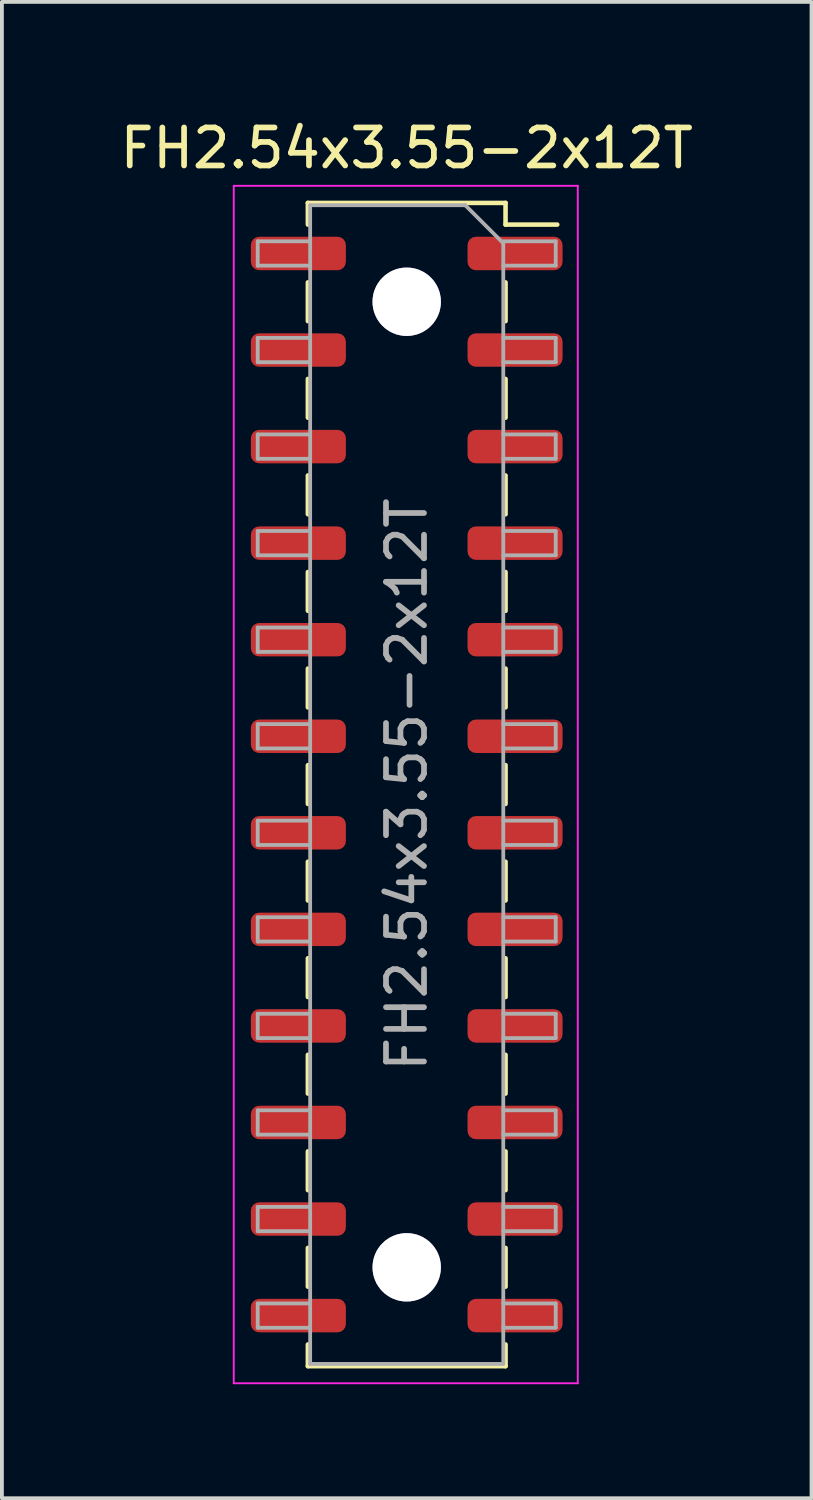
<source format=kicad_pcb>
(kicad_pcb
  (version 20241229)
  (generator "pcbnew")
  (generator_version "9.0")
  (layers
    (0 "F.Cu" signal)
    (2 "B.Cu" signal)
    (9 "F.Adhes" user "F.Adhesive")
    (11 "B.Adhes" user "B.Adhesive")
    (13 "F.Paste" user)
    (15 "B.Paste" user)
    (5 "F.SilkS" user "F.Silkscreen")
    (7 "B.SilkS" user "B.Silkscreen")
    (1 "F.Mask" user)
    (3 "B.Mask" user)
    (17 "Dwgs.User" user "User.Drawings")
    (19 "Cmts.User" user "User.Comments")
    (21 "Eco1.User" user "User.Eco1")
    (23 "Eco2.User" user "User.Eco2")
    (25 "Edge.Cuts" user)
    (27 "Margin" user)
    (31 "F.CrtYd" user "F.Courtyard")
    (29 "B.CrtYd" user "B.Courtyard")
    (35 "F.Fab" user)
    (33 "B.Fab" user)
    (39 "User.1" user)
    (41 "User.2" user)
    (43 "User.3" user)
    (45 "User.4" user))
  (footprint "FH2.54x3.55-2x12T"
    (layer "F.Cu")
    (at 7.649 17.588)
    (property "Reference" "FH2.54x3.55-2x12T" (at 0 -16.74 0) (layer "F.SilkS") (effects (font (size 1 1) (thickness 0.15))))
    (attr smd)
    (fp_line (start -2.6 -15.3) (end -2.6 -14.73) (stroke (width 0.12) (type solid)) (layer "F.SilkS"))
    (fp_line (start -2.6 -15.3) (end 2.6 -15.3) (stroke (width 0.12) (type solid)) (layer "F.SilkS"))
    (fp_line (start -2.6 -13.21) (end -2.6 -12.19) (stroke (width 0.12) (type solid)) (layer "F.SilkS"))
    (fp_line (start -2.6 -10.67) (end -2.6 -9.65) (stroke (width 0.12) (type solid)) (layer "F.SilkS"))
    (fp_line (start -2.6 -8.13) (end -2.6 -7.11) (stroke (width 0.12) (type solid)) (layer "F.SilkS"))
    (fp_line (start -2.6 -5.59) (end -2.6 -4.57) (stroke (width 0.12) (type solid)) (layer "F.SilkS"))
    (fp_line (start -2.6 -3.05) (end -2.6 -2.03) (stroke (width 0.12) (type solid)) (layer "F.SilkS"))
    (fp_line (start -2.6 -0.51) (end -2.6 0.51) (stroke (width 0.12) (type solid)) (layer "F.SilkS"))
    (fp_line (start -2.6 2.03) (end -2.6 3.05) (stroke (width 0.12) (type solid)) (layer "F.SilkS"))
    (fp_line (start -2.6 4.57) (end -2.6 5.59) (stroke (width 0.12) (type solid)) (layer "F.SilkS"))
    (fp_line (start -2.6 7.11) (end -2.6 8.13) (stroke (width 0.12) (type solid)) (layer "F.SilkS"))
    (fp_line (start -2.6 9.65) (end -2.6 10.67) (stroke (width 0.12) (type solid)) (layer "F.SilkS"))
    (fp_line (start -2.6 12.19) (end -2.6 13.21) (stroke (width 0.12) (type solid)) (layer "F.SilkS"))
    (fp_line (start -2.6 14.73) (end -2.6 15.3) (stroke (width 0.12) (type solid)) (layer "F.SilkS"))
    (fp_line (start -2.6 15.3) (end 2.6 15.3) (stroke (width 0.12) (type solid)) (layer "F.SilkS"))
    (fp_line (start 2.6 -15.3) (end 2.6 -14.73) (stroke (width 0.12) (type solid)) (layer "F.SilkS"))
    (fp_line (start 2.6 -14.73) (end 3.96 -14.73) (stroke (width 0.12) (type solid)) (layer "F.SilkS"))
    (fp_line (start 2.6 -13.21) (end 2.6 -12.19) (stroke (width 0.12) (type solid)) (layer "F.SilkS"))
    (fp_line (start 2.6 -10.67) (end 2.6 -9.65) (stroke (width 0.12) (type solid)) (layer "F.SilkS"))
    (fp_line (start 2.6 -8.13) (end 2.6 -7.11) (stroke (width 0.12) (type solid)) (layer "F.SilkS"))
    (fp_line (start 2.6 -5.59) (end 2.6 -4.57) (stroke (width 0.12) (type solid)) (layer "F.SilkS"))
    (fp_line (start 2.6 -3.05) (end 2.6 -2.03) (stroke (width 0.12) (type solid)) (layer "F.SilkS"))
    (fp_line (start 2.6 -0.51) (end 2.6 0.51) (stroke (width 0.12) (type solid)) (layer "F.SilkS"))
    (fp_line (start 2.6 2.03) (end 2.6 3.05) (stroke (width 0.12) (type solid)) (layer "F.SilkS"))
    (fp_line (start 2.6 4.57) (end 2.6 5.59) (stroke (width 0.12) (type solid)) (layer "F.SilkS"))
    (fp_line (start 2.6 7.11) (end 2.6 8.13) (stroke (width 0.12) (type solid)) (layer "F.SilkS"))
    (fp_line (start 2.6 9.65) (end 2.6 10.67) (stroke (width 0.12) (type solid)) (layer "F.SilkS"))
    (fp_line (start 2.6 12.19) (end 2.6 13.21) (stroke (width 0.12) (type solid)) (layer "F.SilkS"))
    (fp_line (start 2.6 14.73) (end 2.6 15.3) (stroke (width 0.12) (type solid)) (layer "F.SilkS"))
    (fp_line (start -4.55 -15.75) (end 4.5 -15.75) (stroke (width 0.05) (type solid)) (layer "F.CrtYd"))
    (fp_line (start -4.55 15.75) (end -4.55 -15.75) (stroke (width 0.05) (type solid)) (layer "F.CrtYd"))
    (fp_line (start 4.5 -15.75) (end 4.5 15.75) (stroke (width 0.05) (type solid)) (layer "F.CrtYd"))
    (fp_line (start 4.5 15.75) (end -4.55 15.75) (stroke (width 0.05) (type solid)) (layer "F.CrtYd"))
    (fp_line (start -3.92 -14.29) (end -2.54 -14.29) (stroke (width 0.1) (type solid)) (layer "F.Fab"))
    (fp_line (start -3.92 -13.65) (end -3.92 -14.29) (stroke (width 0.1) (type solid)) (layer "F.Fab"))
    (fp_line (start -3.92 -11.75) (end -2.54 -11.75) (stroke (width 0.1) (type solid)) (layer "F.Fab"))
    (fp_line (start -3.92 -11.11) (end -3.92 -11.75) (stroke (width 0.1) (type solid)) (layer "F.Fab"))
    (fp_line (start -3.92 -9.21) (end -2.54 -9.21) (stroke (width 0.1) (type solid)) (layer "F.Fab"))
    (fp_line (start -3.92 -8.57) (end -3.92 -9.21) (stroke (width 0.1) (type solid)) (layer "F.Fab"))
    (fp_line (start -3.92 -6.67) (end -2.54 -6.67) (stroke (width 0.1) (type solid)) (layer "F.Fab"))
    (fp_line (start -3.92 -6.03) (end -3.92 -6.67) (stroke (width 0.1) (type solid)) (layer "F.Fab"))
    (fp_line (start -3.92 -4.13) (end -2.54 -4.13) (stroke (width 0.1) (type solid)) (layer "F.Fab"))
    (fp_line (start -3.92 -3.49) (end -3.92 -4.13) (stroke (width 0.1) (type solid)) (layer "F.Fab"))
    (fp_line (start -3.92 -1.59) (end -2.54 -1.59) (stroke (width 0.1) (type solid)) (layer "F.Fab"))
    (fp_line (start -3.92 -0.95) (end -3.92 -1.59) (stroke (width 0.1) (type solid)) (layer "F.Fab"))
    (fp_line (start -3.92 0.95) (end -2.54 0.95) (stroke (width 0.1) (type solid)) (layer "F.Fab"))
    (fp_line (start -3.92 1.59) (end -3.92 0.95) (stroke (width 0.1) (type solid)) (layer "F.Fab"))
    (fp_line (start -3.92 3.49) (end -2.54 3.49) (stroke (width 0.1) (type solid)) (layer "F.Fab"))
    (fp_line (start -3.92 4.13) (end -3.92 3.49) (stroke (width 0.1) (type solid)) (layer "F.Fab"))
    (fp_line (start -3.92 6.03) (end -2.54 6.03) (stroke (width 0.1) (type solid)) (layer "F.Fab"))
    (fp_line (start -3.92 6.67) (end -3.92 6.03) (stroke (width 0.1) (type solid)) (layer "F.Fab"))
    (fp_line (start -3.92 8.57) (end -2.54 8.57) (stroke (width 0.1) (type solid)) (layer "F.Fab"))
    (fp_line (start -3.92 9.21) (end -3.92 8.57) (stroke (width 0.1) (type solid)) (layer "F.Fab"))
    (fp_line (start -3.92 11.11) (end -2.54 11.11) (stroke (width 0.1) (type solid)) (layer "F.Fab"))
    (fp_line (start -3.92 11.75) (end -3.92 11.11) (stroke (width 0.1) (type solid)) (layer "F.Fab"))
    (fp_line (start -3.92 13.65) (end -2.54 13.65) (stroke (width 0.1) (type solid)) (layer "F.Fab"))
    (fp_line (start -3.92 14.29) (end -3.92 13.65) (stroke (width 0.1) (type solid)) (layer "F.Fab"))
    (fp_line (start -2.54 -15.24) (end 1.54 -15.24) (stroke (width 0.1) (type solid)) (layer "F.Fab"))
    (fp_line (start -2.54 -13.65) (end -3.92 -13.65) (stroke (width 0.1) (type solid)) (layer "F.Fab"))
    (fp_line (start -2.54 -11.11) (end -3.92 -11.11) (stroke (width 0.1) (type solid)) (layer "F.Fab"))
    (fp_line (start -2.54 -8.57) (end -3.92 -8.57) (stroke (width 0.1) (type solid)) (layer "F.Fab"))
    (fp_line (start -2.54 -6.03) (end -3.92 -6.03) (stroke (width 0.1) (type solid)) (layer "F.Fab"))
    (fp_line (start -2.54 -3.49) (end -3.92 -3.49) (stroke (width 0.1) (type solid)) (layer "F.Fab"))
    (fp_line (start -2.54 -0.95) (end -3.92 -0.95) (stroke (width 0.1) (type solid)) (layer "F.Fab"))
    (fp_line (start -2.54 1.59) (end -3.92 1.59) (stroke (width 0.1) (type solid)) (layer "F.Fab"))
    (fp_line (start -2.54 4.13) (end -3.92 4.13) (stroke (width 0.1) (type solid)) (layer "F.Fab"))
    (fp_line (start -2.54 6.67) (end -3.92 6.67) (stroke (width 0.1) (type solid)) (layer "F.Fab"))
    (fp_line (start -2.54 9.21) (end -3.92 9.21) (stroke (width 0.1) (type solid)) (layer "F.Fab"))
    (fp_line (start -2.54 11.75) (end -3.92 11.75) (stroke (width 0.1) (type solid)) (layer "F.Fab"))
    (fp_line (start -2.54 14.29) (end -3.92 14.29) (stroke (width 0.1) (type solid)) (layer "F.Fab"))
    (fp_line (start -2.54 15.24) (end -2.54 -15.24) (stroke (width 0.1) (type solid)) (layer "F.Fab"))
    (fp_line (start 1.54 -15.24) (end 2.54 -14.24) (stroke (width 0.1) (type solid)) (layer "F.Fab"))
    (fp_line (start 2.54 -14.29) (end 3.92 -14.29) (stroke (width 0.1) (type solid)) (layer "F.Fab"))
    (fp_line (start 2.54 -14.24) (end 2.54 15.24) (stroke (width 0.1) (type solid)) (layer "F.Fab"))
    (fp_line (start 2.54 -11.75) (end 3.92 -11.75) (stroke (width 0.1) (type solid)) (layer "F.Fab"))
    (fp_line (start 2.54 -9.21) (end 3.92 -9.21) (stroke (width 0.1) (type solid)) (layer "F.Fab"))
    (fp_line (start 2.54 -6.67) (end 3.92 -6.67) (stroke (width 0.1) (type solid)) (layer "F.Fab"))
    (fp_line (start 2.54 -4.13) (end 3.92 -4.13) (stroke (width 0.1) (type solid)) (layer "F.Fab"))
    (fp_line (start 2.54 -1.59) (end 3.92 -1.59) (stroke (width 0.1) (type solid)) (layer "F.Fab"))
    (fp_line (start 2.54 0.95) (end 3.92 0.95) (stroke (width 0.1) (type solid)) (layer "F.Fab"))
    (fp_line (start 2.54 3.49) (end 3.92 3.49) (stroke (width 0.1) (type solid)) (layer "F.Fab"))
    (fp_line (start 2.54 6.03) (end 3.92 6.03) (stroke (width 0.1) (type solid)) (layer "F.Fab"))
    (fp_line (start 2.54 8.57) (end 3.92 8.57) (stroke (width 0.1) (type solid)) (layer "F.Fab"))
    (fp_line (start 2.54 11.11) (end 3.92 11.11) (stroke (width 0.1) (type solid)) (layer "F.Fab"))
    (fp_line (start 2.54 13.65) (end 3.92 13.65) (stroke (width 0.1) (type solid)) (layer "F.Fab"))
    (fp_line (start 2.54 15.24) (end -2.54 15.24) (stroke (width 0.1) (type solid)) (layer "F.Fab"))
    (fp_line (start 3.92 -14.29) (end 3.92 -13.65) (stroke (width 0.1) (type solid)) (layer "F.Fab"))
    (fp_line (start 3.92 -13.65) (end 2.54 -13.65) (stroke (width 0.1) (type solid)) (layer "F.Fab"))
    (fp_line (start 3.92 -11.75) (end 3.92 -11.11) (stroke (width 0.1) (type solid)) (layer "F.Fab"))
    (fp_line (start 3.92 -11.11) (end 2.54 -11.11) (stroke (width 0.1) (type solid)) (layer "F.Fab"))
    (fp_line (start 3.92 -9.21) (end 3.92 -8.57) (stroke (width 0.1) (type solid)) (layer "F.Fab"))
    (fp_line (start 3.92 -8.57) (end 2.54 -8.57) (stroke (width 0.1) (type solid)) (layer "F.Fab"))
    (fp_line (start 3.92 -6.67) (end 3.92 -6.03) (stroke (width 0.1) (type solid)) (layer "F.Fab"))
    (fp_line (start 3.92 -6.03) (end 2.54 -6.03) (stroke (width 0.1) (type solid)) (layer "F.Fab"))
    (fp_line (start 3.92 -4.13) (end 3.92 -3.49) (stroke (width 0.1) (type solid)) (layer "F.Fab"))
    (fp_line (start 3.92 -3.49) (end 2.54 -3.49) (stroke (width 0.1) (type solid)) (layer "F.Fab"))
    (fp_line (start 3.92 -1.59) (end 3.92 -0.95) (stroke (width 0.1) (type solid)) (layer "F.Fab"))
    (fp_line (start 3.92 -0.95) (end 2.54 -0.95) (stroke (width 0.1) (type solid)) (layer "F.Fab"))
    (fp_line (start 3.92 0.95) (end 3.92 1.59) (stroke (width 0.1) (type solid)) (layer "F.Fab"))
    (fp_line (start 3.92 1.59) (end 2.54 1.59) (stroke (width 0.1) (type solid)) (layer "F.Fab"))
    (fp_line (start 3.92 3.49) (end 3.92 4.13) (stroke (width 0.1) (type solid)) (layer "F.Fab"))
    (fp_line (start 3.92 4.13) (end 2.54 4.13) (stroke (width 0.1) (type solid)) (layer "F.Fab"))
    (fp_line (start 3.92 6.03) (end 3.92 6.67) (stroke (width 0.1) (type solid)) (layer "F.Fab"))
    (fp_line (start 3.92 6.67) (end 2.54 6.67) (stroke (width 0.1) (type solid)) (layer "F.Fab"))
    (fp_line (start 3.92 8.57) (end 3.92 9.21) (stroke (width 0.1) (type solid)) (layer "F.Fab"))
    (fp_line (start 3.92 9.21) (end 2.54 9.21) (stroke (width 0.1) (type solid)) (layer "F.Fab"))
    (fp_line (start 3.92 11.11) (end 3.92 11.75) (stroke (width 0.1) (type solid)) (layer "F.Fab"))
    (fp_line (start 3.92 11.75) (end 2.54 11.75) (stroke (width 0.1) (type solid)) (layer "F.Fab"))
    (fp_line (start 3.92 13.65) (end 3.92 14.29) (stroke (width 0.1) (type solid)) (layer "F.Fab"))
    (fp_line (start 3.92 14.29) (end 2.54 14.29) (stroke (width 0.1) (type solid)) (layer "F.Fab"))
    (fp_text user "${REFERENCE}" (at 0 0 90) (layer "F.Fab") (effects (font (size 1 1) (thickness 0.15))))
    (pad "" np_thru_hole custom (at 0 -12.7) (size 1.8 1.8) (drill 1.8) (layers "*.Cu" "*.Mask") (options (anchor circle)) (primitives))
    (pad "" np_thru_hole custom (at 0 12.7) (size 1.8 1.8) (drill 1.8) (layers "*.Cu" "*.Mask") (options (anchor circle)) (primitives))
    (pad "1" smd roundrect (at 2.85 -13.97) (size 2.5 0.88) (layers "F.Cu" "F.Mask" "F.Paste") (roundrect_rratio 0.25))
    (pad "2" smd roundrect (at -2.85 -13.97) (size 2.5 0.88) (layers "F.Cu" "F.Mask" "F.Paste") (roundrect_rratio 0.25))
    (pad "3" smd roundrect (at 2.85 -11.43) (size 2.5 0.88) (layers "F.Cu" "F.Mask" "F.Paste") (roundrect_rratio 0.25))
    (pad "4" smd roundrect (at -2.85 -11.43) (size 2.5 0.88) (layers "F.Cu" "F.Mask" "F.Paste") (roundrect_rratio 0.25))
    (pad "5" smd roundrect (at 2.85 -8.89) (size 2.5 0.88) (layers "F.Cu" "F.Mask" "F.Paste") (roundrect_rratio 0.25))
    (pad "6" smd roundrect (at -2.85 -8.89) (size 2.5 0.88) (layers "F.Cu" "F.Mask" "F.Paste") (roundrect_rratio 0.25))
    (pad "7" smd roundrect (at 2.85 -6.35) (size 2.5 0.88) (layers "F.Cu" "F.Mask" "F.Paste") (roundrect_rratio 0.25))
    (pad "8" smd roundrect (at -2.85 -6.35) (size 2.5 0.88) (layers "F.Cu" "F.Mask" "F.Paste") (roundrect_rratio 0.25))
    (pad "9" smd roundrect (at 2.85 -3.81) (size 2.5 0.88) (layers "F.Cu" "F.Mask" "F.Paste") (roundrect_rratio 0.25))
    (pad "10" smd roundrect (at -2.85 -3.81) (size 2.5 0.88) (layers "F.Cu" "F.Mask" "F.Paste") (roundrect_rratio 0.25))
    (pad "11" smd roundrect (at 2.85 -1.27) (size 2.5 0.88) (layers "F.Cu" "F.Mask" "F.Paste") (roundrect_rratio 0.25))
    (pad "12" smd roundrect (at -2.85 -1.27) (size 2.5 0.88) (layers "F.Cu" "F.Mask" "F.Paste") (roundrect_rratio 0.25))
    (pad "13" smd roundrect (at 2.85 1.27) (size 2.5 0.88) (layers "F.Cu" "F.Mask" "F.Paste") (roundrect_rratio 0.25))
    (pad "14" smd roundrect (at -2.85 1.27) (size 2.5 0.88) (layers "F.Cu" "F.Mask" "F.Paste") (roundrect_rratio 0.25))
    (pad "15" smd roundrect (at 2.85 3.81) (size 2.5 0.88) (layers "F.Cu" "F.Mask" "F.Paste") (roundrect_rratio 0.25))
    (pad "16" smd roundrect (at -2.85 3.81) (size 2.5 0.88) (layers "F.Cu" "F.Mask" "F.Paste") (roundrect_rratio 0.25))
    (pad "17" smd roundrect (at 2.85 6.35) (size 2.5 0.88) (layers "F.Cu" "F.Mask" "F.Paste") (roundrect_rratio 0.25))
    (pad "18" smd roundrect (at -2.85 6.35) (size 2.5 0.88) (layers "F.Cu" "F.Mask" "F.Paste") (roundrect_rratio 0.25))
    (pad "19" smd roundrect (at 2.85 8.89) (size 2.5 0.88) (layers "F.Cu" "F.Mask" "F.Paste") (roundrect_rratio 0.25))
    (pad "20" smd roundrect (at -2.85 8.89) (size 2.5 0.88) (layers "F.Cu" "F.Mask" "F.Paste") (roundrect_rratio 0.25))
    (pad "21" smd roundrect (at 2.85 11.43) (size 2.5 0.88) (layers "F.Cu" "F.Mask" "F.Paste") (roundrect_rratio 0.25))
    (pad "22" smd roundrect (at -2.85 11.43) (size 2.5 0.88) (layers "F.Cu" "F.Mask" "F.Paste") (roundrect_rratio 0.25))
    (pad "23" smd roundrect (at 2.85 13.97) (size 2.5 0.88) (layers "F.Cu" "F.Mask" "F.Paste") (roundrect_rratio 0.25))
    (pad "24" smd roundrect (at -2.85 13.97) (size 2.5 0.88) (layers "F.Cu" "F.Mask" "F.Paste") (roundrect_rratio 0.25)))
  (gr_rect
    (start -3 -3)
    (end 18.298 36.363)
    (stroke (width 0.1) (type default))
    (fill no)
    (layer "Edge.Cuts")))
</source>
